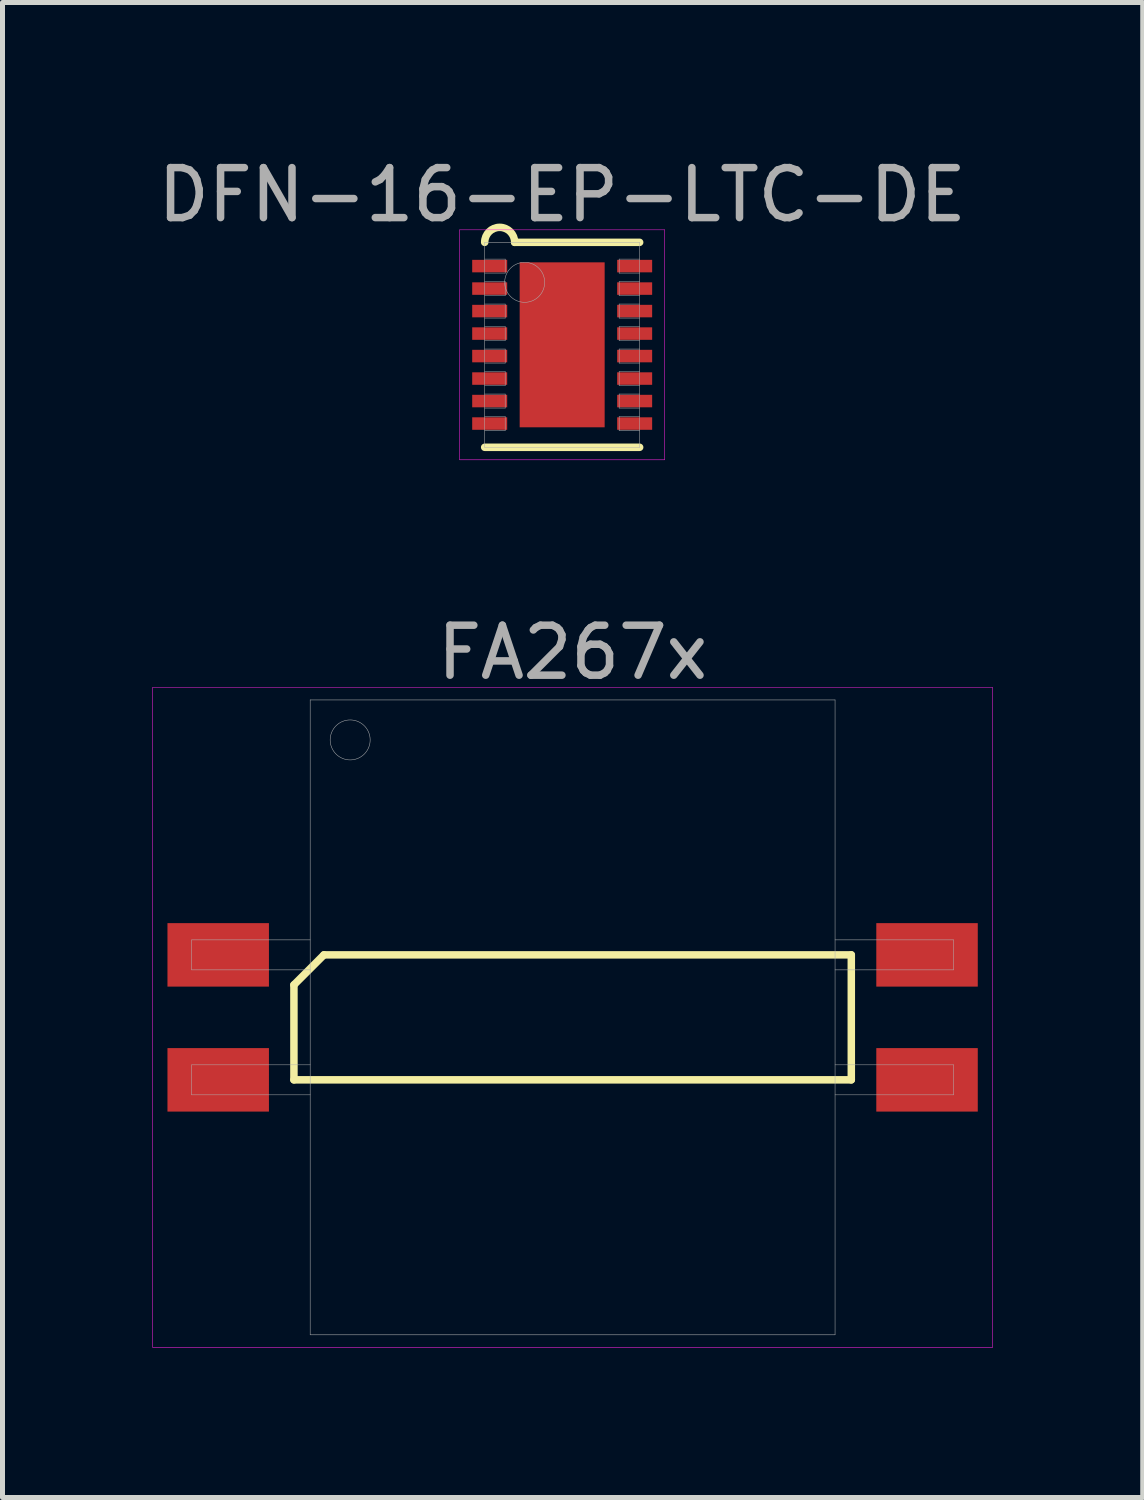
<source format=kicad_pcb>
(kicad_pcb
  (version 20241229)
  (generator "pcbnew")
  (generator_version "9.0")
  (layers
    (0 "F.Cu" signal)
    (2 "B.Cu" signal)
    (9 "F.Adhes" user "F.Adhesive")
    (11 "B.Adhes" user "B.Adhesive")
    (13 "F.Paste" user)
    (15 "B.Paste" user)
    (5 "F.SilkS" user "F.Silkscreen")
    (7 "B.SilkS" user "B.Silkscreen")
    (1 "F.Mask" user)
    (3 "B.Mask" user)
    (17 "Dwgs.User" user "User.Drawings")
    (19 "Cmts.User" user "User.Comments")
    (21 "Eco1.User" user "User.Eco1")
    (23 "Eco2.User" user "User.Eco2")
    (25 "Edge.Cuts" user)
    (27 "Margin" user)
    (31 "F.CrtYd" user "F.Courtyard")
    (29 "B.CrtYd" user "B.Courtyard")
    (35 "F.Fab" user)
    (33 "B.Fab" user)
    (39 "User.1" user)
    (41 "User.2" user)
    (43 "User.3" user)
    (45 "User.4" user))
  (footprint "DFN-16-EP-LTC-DE"
    (layer "F.Cu")
    (at 8.196 3.848)
    (property "Reference" "DFN-16-EP-LTC-DE" (at 0 -3 0) (layer "F.Fab") (effects (font (size 1 1) (thickness 0.15))))
    (attr through_hole)
    (fp_line (start -1.55 2.05) (end 1.55 2.05) (stroke (width 0.15) (type solid)) (layer "F.SilkS"))
    (fp_line (start -0.95 -2.05) (end 1.55 -2.05) (stroke (width 0.15) (type solid)) (layer "F.SilkS"))
    (fp_arc (start -1.55 -2.05) (mid -1.25 -2.35) (end -0.95 -2.05) (stroke (width 0.15) (type solid)) (layer "F.SilkS"))
    (fp_line (start -2.05 -2.3) (end 2.05 -2.3) (stroke (width 0.01) (type solid)) (layer "F.CrtYd"))
    (fp_line (start -2.05 2.3) (end -2.05 -2.3) (stroke (width 0.01) (type solid)) (layer "F.CrtYd"))
    (fp_line (start 2.05 -2.3) (end 2.05 2.3) (stroke (width 0.01) (type solid)) (layer "F.CrtYd"))
    (fp_line (start 2.05 2.3) (end -2.05 2.3) (stroke (width 0.01) (type solid)) (layer "F.CrtYd"))
    (fp_line (start -1.55 -2.05) (end 1.55 -2.05) (stroke (width 0.01) (type solid)) (layer "F.Fab"))
    (fp_line (start -1.55 -1.435) (end -1.14 -1.435) (stroke (width 0.01) (type solid)) (layer "F.Fab"))
    (fp_line (start -1.55 -0.985) (end -1.14 -0.985) (stroke (width 0.01) (type solid)) (layer "F.Fab"))
    (fp_line (start -1.55 -0.535) (end -1.14 -0.535) (stroke (width 0.01) (type solid)) (layer "F.Fab"))
    (fp_line (start -1.55 -0.085) (end -1.14 -0.085) (stroke (width 0.01) (type solid)) (layer "F.Fab"))
    (fp_line (start -1.55 0.365) (end -1.14 0.365) (stroke (width 0.01) (type solid)) (layer "F.Fab"))
    (fp_line (start -1.55 0.815) (end -1.14 0.815) (stroke (width 0.01) (type solid)) (layer "F.Fab"))
    (fp_line (start -1.55 1.265) (end -1.14 1.265) (stroke (width 0.01) (type solid)) (layer "F.Fab"))
    (fp_line (start -1.55 1.715) (end -1.14 1.715) (stroke (width 0.01) (type solid)) (layer "F.Fab"))
    (fp_line (start -1.55 2.05) (end -1.55 -2.05) (stroke (width 0.01) (type solid)) (layer "F.Fab"))
    (fp_line (start -1.14 -1.715) (end -1.55 -1.715) (stroke (width 0.01) (type solid)) (layer "F.Fab"))
    (fp_line (start -1.14 -1.435) (end -1.14 -1.715) (stroke (width 0.01) (type solid)) (layer "F.Fab"))
    (fp_line (start -1.14 -1.265) (end -1.55 -1.265) (stroke (width 0.01) (type solid)) (layer "F.Fab"))
    (fp_line (start -1.14 -0.985) (end -1.14 -1.265) (stroke (width 0.01) (type solid)) (layer "F.Fab"))
    (fp_line (start -1.14 -0.815) (end -1.55 -0.815) (stroke (width 0.01) (type solid)) (layer "F.Fab"))
    (fp_line (start -1.14 -0.535) (end -1.14 -0.815) (stroke (width 0.01) (type solid)) (layer "F.Fab"))
    (fp_line (start -1.14 -0.365) (end -1.55 -0.365) (stroke (width 0.01) (type solid)) (layer "F.Fab"))
    (fp_line (start -1.14 -0.085) (end -1.14 -0.365) (stroke (width 0.01) (type solid)) (layer "F.Fab"))
    (fp_line (start -1.14 0.085) (end -1.55 0.085) (stroke (width 0.01) (type solid)) (layer "F.Fab"))
    (fp_line (start -1.14 0.365) (end -1.14 0.085) (stroke (width 0.01) (type solid)) (layer "F.Fab"))
    (fp_line (start -1.14 0.535) (end -1.55 0.535) (stroke (width 0.01) (type solid)) (layer "F.Fab"))
    (fp_line (start -1.14 0.815) (end -1.14 0.535) (stroke (width 0.01) (type solid)) (layer "F.Fab"))
    (fp_line (start -1.14 0.985) (end -1.55 0.985) (stroke (width 0.01) (type solid)) (layer "F.Fab"))
    (fp_line (start -1.14 1.265) (end -1.14 0.985) (stroke (width 0.01) (type solid)) (layer "F.Fab"))
    (fp_line (start -1.14 1.435) (end -1.55 1.435) (stroke (width 0.01) (type solid)) (layer "F.Fab"))
    (fp_line (start -1.14 1.715) (end -1.14 1.435) (stroke (width 0.01) (type solid)) (layer "F.Fab"))
    (fp_line (start 1.14 -1.715) (end 1.14 -1.435) (stroke (width 0.01) (type solid)) (layer "F.Fab"))
    (fp_line (start 1.14 -1.435) (end 1.55 -1.435) (stroke (width 0.01) (type solid)) (layer "F.Fab"))
    (fp_line (start 1.14 -1.265) (end 1.14 -0.985) (stroke (width 0.01) (type solid)) (layer "F.Fab"))
    (fp_line (start 1.14 -0.985) (end 1.55 -0.985) (stroke (width 0.01) (type solid)) (layer "F.Fab"))
    (fp_line (start 1.14 -0.815) (end 1.14 -0.535) (stroke (width 0.01) (type solid)) (layer "F.Fab"))
    (fp_line (start 1.14 -0.535) (end 1.55 -0.535) (stroke (width 0.01) (type solid)) (layer "F.Fab"))
    (fp_line (start 1.14 -0.365) (end 1.14 -0.085) (stroke (width 0.01) (type solid)) (layer "F.Fab"))
    (fp_line (start 1.14 -0.085) (end 1.55 -0.085) (stroke (width 0.01) (type solid)) (layer "F.Fab"))
    (fp_line (start 1.14 0.085) (end 1.14 0.365) (stroke (width 0.01) (type solid)) (layer "F.Fab"))
    (fp_line (start 1.14 0.365) (end 1.55 0.365) (stroke (width 0.01) (type solid)) (layer "F.Fab"))
    (fp_line (start 1.14 0.535) (end 1.14 0.815) (stroke (width 0.01) (type solid)) (layer "F.Fab"))
    (fp_line (start 1.14 0.815) (end 1.55 0.815) (stroke (width 0.01) (type solid)) (layer "F.Fab"))
    (fp_line (start 1.14 0.985) (end 1.14 1.265) (stroke (width 0.01) (type solid)) (layer "F.Fab"))
    (fp_line (start 1.14 1.265) (end 1.55 1.265) (stroke (width 0.01) (type solid)) (layer "F.Fab"))
    (fp_line (start 1.14 1.435) (end 1.14 1.715) (stroke (width 0.01) (type solid)) (layer "F.Fab"))
    (fp_line (start 1.14 1.715) (end 1.55 1.715) (stroke (width 0.01) (type solid)) (layer "F.Fab"))
    (fp_line (start 1.55 -2.05) (end 1.55 2.05) (stroke (width 0.01) (type solid)) (layer "F.Fab"))
    (fp_line (start 1.55 -1.715) (end 1.14 -1.715) (stroke (width 0.01) (type solid)) (layer "F.Fab"))
    (fp_line (start 1.55 -1.265) (end 1.14 -1.265) (stroke (width 0.01) (type solid)) (layer "F.Fab"))
    (fp_line (start 1.55 -0.815) (end 1.14 -0.815) (stroke (width 0.01) (type solid)) (layer "F.Fab"))
    (fp_line (start 1.55 -0.365) (end 1.14 -0.365) (stroke (width 0.01) (type solid)) (layer "F.Fab"))
    (fp_line (start 1.55 0.085) (end 1.14 0.085) (stroke (width 0.01) (type solid)) (layer "F.Fab"))
    (fp_line (start 1.55 0.535) (end 1.14 0.535) (stroke (width 0.01) (type solid)) (layer "F.Fab"))
    (fp_line (start 1.55 0.985) (end 1.14 0.985) (stroke (width 0.01) (type solid)) (layer "F.Fab"))
    (fp_line (start 1.55 1.435) (end 1.14 1.435) (stroke (width 0.01) (type solid)) (layer "F.Fab"))
    (fp_line (start 1.55 2.05) (end -1.55 2.05) (stroke (width 0.01) (type solid)) (layer "F.Fab"))
    (fp_circle (center -0.75 -1.25) (end -0.75 -0.85) (stroke (width 0.01) (type solid)) (fill no) (layer "F.Fab"))
    (pad "" smd rect (at 0 -1.2) (size 0.8 0.8) (layers "F.Mask"))
    (pad "" smd rect (at 0 -1.2) (size 0.8 0.8) (layers "F.Paste"))
    (pad "" smd rect (at 0 0) (size 0.8 0.8) (layers "F.Mask"))
    (pad "" smd rect (at 0 0) (size 0.8 0.8) (layers "F.Paste"))
    (pad "" smd rect (at 0 1.2) (size 0.8 0.8) (layers "F.Mask"))
    (pad "" smd rect (at 0 1.2) (size 0.8 0.8) (layers "F.Paste"))
    (pad "1" smd rect (at -1.45 -1.575) (size 0.7 0.25) (layers "F.Cu" "F.Mask" "F.Paste"))
    (pad "2" smd rect (at -1.45 -1.125) (size 0.7 0.25) (layers "F.Cu" "F.Mask" "F.Paste"))
    (pad "3" smd rect (at -1.45 -0.675) (size 0.7 0.25) (layers "F.Cu" "F.Mask" "F.Paste"))
    (pad "4" smd rect (at -1.45 -0.225) (size 0.7 0.25) (layers "F.Cu" "F.Mask" "F.Paste"))
    (pad "5" smd rect (at -1.45 0.225) (size 0.7 0.25) (layers "F.Cu" "F.Mask" "F.Paste"))
    (pad "6" smd rect (at -1.45 0.675) (size 0.7 0.25) (layers "F.Cu" "F.Mask" "F.Paste"))
    (pad "7" smd rect (at -1.45 1.125) (size 0.7 0.25) (layers "F.Cu" "F.Mask" "F.Paste"))
    (pad "8" smd rect (at -1.45 1.575) (size 0.7 0.25) (layers "F.Cu" "F.Mask" "F.Paste"))
    (pad "9" smd rect (at 1.45 1.575) (size 0.7 0.25) (layers "F.Cu" "F.Mask" "F.Paste"))
    (pad "10" smd rect (at 1.45 1.125) (size 0.7 0.25) (layers "F.Cu" "F.Mask" "F.Paste"))
    (pad "11" smd rect (at 1.45 0.675) (size 0.7 0.25) (layers "F.Cu" "F.Mask" "F.Paste"))
    (pad "12" smd rect (at 1.45 0.225) (size 0.7 0.25) (layers "F.Cu" "F.Mask" "F.Paste"))
    (pad "13" smd rect (at 1.45 -0.225) (size 0.7 0.25) (layers "F.Cu" "F.Mask" "F.Paste"))
    (pad "14" smd rect (at 1.45 -0.675) (size 0.7 0.25) (layers "F.Cu" "F.Mask" "F.Paste"))
    (pad "15" smd rect (at 1.45 -1.125) (size 0.7 0.25) (layers "F.Cu" "F.Mask" "F.Paste"))
    (pad "16" smd rect (at 1.45 -1.575) (size 0.7 0.25) (layers "F.Cu" "F.Mask" "F.Paste"))
    (pad "EP" smd rect (at 0 0) (size 1.7 3.3) (layers "F.Cu")))
  (footprint "FA267x"
    (layer "F.Cu")
    (at 8.405 17.302)
    (property "Reference" "FA267x" (at 0 -7.3 0) (layer "F.Fab") (effects (font (size 1 1) (thickness 0.15))))
    (attr through_hole)
    (fp_line (start -5.575 -0.65) (end -4.975 -1.25) (stroke (width 0.15) (type solid)) (layer "F.SilkS"))
    (fp_line (start -5.575 1.25) (end -5.575 -0.65) (stroke (width 0.15) (type solid)) (layer "F.SilkS"))
    (fp_line (start -4.975 -1.25) (end 5.575 -1.25) (stroke (width 0.15) (type solid)) (layer "F.SilkS"))
    (fp_line (start 5.575 -1.25) (end 5.575 1.25) (stroke (width 0.15) (type solid)) (layer "F.SilkS"))
    (fp_line (start 5.575 1.25) (end -5.575 1.25) (stroke (width 0.15) (type solid)) (layer "F.SilkS"))
    (fp_line (start -8.4 -6.6) (end 8.4 -6.6) (stroke (width 0.01) (type solid)) (layer "F.CrtYd"))
    (fp_line (start -8.4 6.6) (end -8.4 -6.6) (stroke (width 0.01) (type solid)) (layer "F.CrtYd"))
    (fp_line (start 8.4 -6.6) (end 8.4 6.6) (stroke (width 0.01) (type solid)) (layer "F.CrtYd"))
    (fp_line (start 8.4 6.6) (end -8.4 6.6) (stroke (width 0.01) (type solid)) (layer "F.CrtYd"))
    (fp_line (start -7.62 -1.55) (end -5.25 -1.55) (stroke (width 0.01) (type solid)) (layer "F.Fab"))
    (fp_line (start -7.62 -0.95) (end -7.62 -1.55) (stroke (width 0.01) (type solid)) (layer "F.Fab"))
    (fp_line (start -7.62 0.95) (end -5.25 0.95) (stroke (width 0.01) (type solid)) (layer "F.Fab"))
    (fp_line (start -7.62 1.55) (end -7.62 0.95) (stroke (width 0.01) (type solid)) (layer "F.Fab"))
    (fp_line (start -5.25 -6.35) (end 5.25 -6.35) (stroke (width 0.01) (type solid)) (layer "F.Fab"))
    (fp_line (start -5.25 -0.95) (end -7.62 -0.95) (stroke (width 0.01) (type solid)) (layer "F.Fab"))
    (fp_line (start -5.25 1.55) (end -7.62 1.55) (stroke (width 0.01) (type solid)) (layer "F.Fab"))
    (fp_line (start -5.25 6.35) (end -5.25 -6.35) (stroke (width 0.01) (type solid)) (layer "F.Fab"))
    (fp_line (start 5.25 -6.35) (end 5.25 6.35) (stroke (width 0.01) (type solid)) (layer "F.Fab"))
    (fp_line (start 5.25 -1.55) (end 7.62 -1.55) (stroke (width 0.01) (type solid)) (layer "F.Fab"))
    (fp_line (start 5.25 0.95) (end 7.62 0.95) (stroke (width 0.01) (type solid)) (layer "F.Fab"))
    (fp_line (start 5.25 6.35) (end -5.25 6.35) (stroke (width 0.01) (type solid)) (layer "F.Fab"))
    (fp_line (start 7.62 -1.55) (end 7.62 -0.95) (stroke (width 0.01) (type solid)) (layer "F.Fab"))
    (fp_line (start 7.62 -0.95) (end 5.25 -0.95) (stroke (width 0.01) (type solid)) (layer "F.Fab"))
    (fp_line (start 7.62 0.95) (end 7.62 1.55) (stroke (width 0.01) (type solid)) (layer "F.Fab"))
    (fp_line (start 7.62 1.55) (end 5.25 1.55) (stroke (width 0.01) (type solid)) (layer "F.Fab"))
    (fp_circle (center -4.45 -5.55) (end -4.45 -5.15) (stroke (width 0.01) (type solid)) (fill no) (layer "F.Fab"))
    (pad "1" smd rect (at -7.09 -1.25) (size 2.03 1.27) (layers "F.Cu" "F.Mask" "F.Paste"))
    (pad "2" smd rect (at -7.09 1.25) (size 2.03 1.27) (layers "F.Cu" "F.Mask" "F.Paste"))
    (pad "3" smd rect (at 7.09 1.25) (size 2.03 1.27) (layers "F.Cu" "F.Mask" "F.Paste"))
    (pad "4" smd rect (at 7.09 -1.25) (size 2.03 1.27) (layers "F.Cu" "F.Mask" "F.Paste")))
  (gr_rect
    (start -3 -3)
    (end 19.81 26.907)
    (stroke (width 0.1) (type default))
    (fill no)
    (layer "Edge.Cuts")))
</source>
